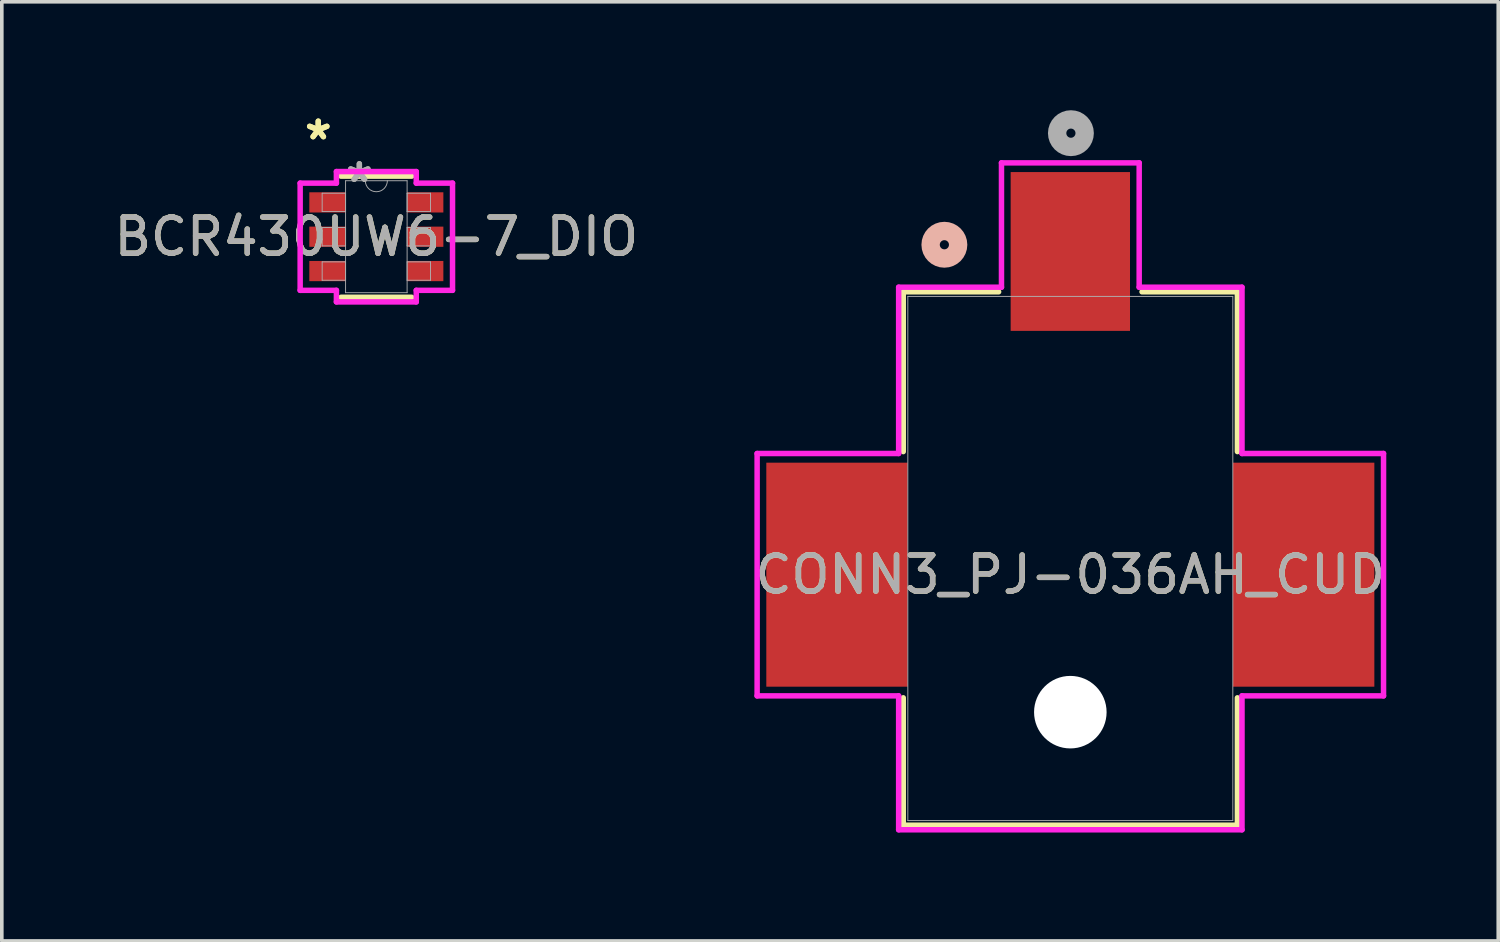
<source format=kicad_pcb>
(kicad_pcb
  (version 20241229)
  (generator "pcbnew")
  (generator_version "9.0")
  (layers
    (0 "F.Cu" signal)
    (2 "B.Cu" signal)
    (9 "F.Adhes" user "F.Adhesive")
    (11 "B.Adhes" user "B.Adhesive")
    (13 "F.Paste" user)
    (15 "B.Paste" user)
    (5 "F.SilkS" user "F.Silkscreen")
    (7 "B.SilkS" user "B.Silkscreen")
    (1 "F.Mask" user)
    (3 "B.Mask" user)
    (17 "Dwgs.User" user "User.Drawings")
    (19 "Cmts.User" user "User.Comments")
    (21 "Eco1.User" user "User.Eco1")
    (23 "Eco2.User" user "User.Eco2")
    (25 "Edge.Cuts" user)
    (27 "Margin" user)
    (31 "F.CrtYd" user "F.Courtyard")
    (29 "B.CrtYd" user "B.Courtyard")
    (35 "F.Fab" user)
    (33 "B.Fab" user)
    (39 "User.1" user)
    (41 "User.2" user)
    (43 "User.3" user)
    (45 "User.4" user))
  (footprint "BCR430UW6-7_DIO"
    (layer "F.Cu")
    (at 7.363 3.5)
    (property "Reference" "BCR430UW6-7_DIO" (at 0 0 0) (unlocked yes) (layer "F.SilkS") (effects (font (size 1 1) (thickness 0.15))))
    (attr smd)
    (fp_line (start -0.978 1.676) (end 0.978 1.676) (stroke (width 0.152) (type solid)) (layer "F.SilkS"))
    (fp_line (start 0.978 -1.676) (end -0.978 -1.676) (stroke (width 0.152) (type solid)) (layer "F.SilkS"))
    (fp_line (start -2.108 -1.483) (end -1.105 -1.483) (stroke (width 0.152) (type solid)) (layer "F.CrtYd"))
    (fp_line (start -2.108 1.483) (end -2.108 -1.483) (stroke (width 0.152) (type solid)) (layer "F.CrtYd"))
    (fp_line (start -2.108 1.483) (end -1.105 1.483) (stroke (width 0.152) (type solid)) (layer "F.CrtYd"))
    (fp_line (start -1.105 -1.803) (end 1.105 -1.803) (stroke (width 0.152) (type solid)) (layer "F.CrtYd"))
    (fp_line (start -1.105 -1.483) (end -1.105 -1.803) (stroke (width 0.152) (type solid)) (layer "F.CrtYd"))
    (fp_line (start -1.105 1.803) (end -1.105 1.483) (stroke (width 0.152) (type solid)) (layer "F.CrtYd"))
    (fp_line (start 1.105 -1.803) (end 1.105 -1.483) (stroke (width 0.152) (type solid)) (layer "F.CrtYd"))
    (fp_line (start 1.105 1.483) (end 1.105 1.803) (stroke (width 0.152) (type solid)) (layer "F.CrtYd"))
    (fp_line (start 1.105 1.803) (end -1.105 1.803) (stroke (width 0.152) (type solid)) (layer "F.CrtYd"))
    (fp_line (start 2.108 -1.483) (end 1.105 -1.483) (stroke (width 0.152) (type solid)) (layer "F.CrtYd"))
    (fp_line (start 2.108 -1.483) (end 2.108 1.483) (stroke (width 0.152) (type solid)) (layer "F.CrtYd"))
    (fp_line (start 2.108 1.483) (end 1.105 1.483) (stroke (width 0.152) (type solid)) (layer "F.CrtYd"))
    (fp_line (start -1.499 -1.204) (end -1.499 -0.696) (stroke (width 0.025) (type solid)) (layer "F.Fab"))
    (fp_line (start -1.499 -0.696) (end -0.851 -0.696) (stroke (width 0.025) (type solid)) (layer "F.Fab"))
    (fp_line (start -1.499 -0.254) (end -1.499 0.254) (stroke (width 0.025) (type solid)) (layer "F.Fab"))
    (fp_line (start -1.499 0.254) (end -0.851 0.254) (stroke (width 0.025) (type solid)) (layer "F.Fab"))
    (fp_line (start -1.499 0.696) (end -1.499 1.204) (stroke (width 0.025) (type solid)) (layer "F.Fab"))
    (fp_line (start -1.499 1.204) (end -0.851 1.204) (stroke (width 0.025) (type solid)) (layer "F.Fab"))
    (fp_line (start -0.851 -1.549) (end -0.851 1.549) (stroke (width 0.025) (type solid)) (layer "F.Fab"))
    (fp_line (start -0.851 -1.204) (end -1.499 -1.204) (stroke (width 0.025) (type solid)) (layer "F.Fab"))
    (fp_line (start -0.851 -0.696) (end -0.851 -1.204) (stroke (width 0.025) (type solid)) (layer "F.Fab"))
    (fp_line (start -0.851 -0.254) (end -1.499 -0.254) (stroke (width 0.025) (type solid)) (layer "F.Fab"))
    (fp_line (start -0.851 0.254) (end -0.851 -0.254) (stroke (width 0.025) (type solid)) (layer "F.Fab"))
    (fp_line (start -0.851 0.696) (end -1.499 0.696) (stroke (width 0.025) (type solid)) (layer "F.Fab"))
    (fp_line (start -0.851 1.204) (end -0.851 0.696) (stroke (width 0.025) (type solid)) (layer "F.Fab"))
    (fp_line (start -0.851 1.549) (end 0.851 1.549) (stroke (width 0.025) (type solid)) (layer "F.Fab"))
    (fp_line (start 0.851 -1.549) (end -0.851 -1.549) (stroke (width 0.025) (type solid)) (layer "F.Fab"))
    (fp_line (start 0.851 -1.204) (end 0.851 -0.696) (stroke (width 0.025) (type solid)) (layer "F.Fab"))
    (fp_line (start 0.851 -0.696) (end 1.499 -0.696) (stroke (width 0.025) (type solid)) (layer "F.Fab"))
    (fp_line (start 0.851 -0.254) (end 0.851 0.254) (stroke (width 0.025) (type solid)) (layer "F.Fab"))
    (fp_line (start 0.851 0.254) (end 1.499 0.254) (stroke (width 0.025) (type solid)) (layer "F.Fab"))
    (fp_line (start 0.851 0.696) (end 0.851 1.204) (stroke (width 0.025) (type solid)) (layer "F.Fab"))
    (fp_line (start 0.851 1.204) (end 1.499 1.204) (stroke (width 0.025) (type solid)) (layer "F.Fab"))
    (fp_line (start 0.851 1.549) (end 0.851 -1.549) (stroke (width 0.025) (type solid)) (layer "F.Fab"))
    (fp_line (start 1.499 -1.204) (end 0.851 -1.204) (stroke (width 0.025) (type solid)) (layer "F.Fab"))
    (fp_line (start 1.499 -0.696) (end 1.499 -1.204) (stroke (width 0.025) (type solid)) (layer "F.Fab"))
    (fp_line (start 1.499 -0.254) (end 0.851 -0.254) (stroke (width 0.025) (type solid)) (layer "F.Fab"))
    (fp_line (start 1.499 0.254) (end 1.499 -0.254) (stroke (width 0.025) (type solid)) (layer "F.Fab"))
    (fp_line (start 1.499 0.696) (end 0.851 0.696) (stroke (width 0.025) (type solid)) (layer "F.Fab"))
    (fp_line (start 1.499 1.204) (end 1.499 0.696) (stroke (width 0.025) (type solid)) (layer "F.Fab"))
    (fp_arc (start 0.3048 -1.5494) (mid 0 -1.2446) (end -0.3048 -1.5494) (stroke (width 0.0254) (type solid)) (layer "F.Fab"))
    (fp_text user "*" (at -1.607 -2.652 0) (unlocked yes) (layer "F.SilkS") (effects (font (size 1 1) (thickness 0.15))))
    (fp_text user "*" (at -1.607 -2.652 0) (layer "F.SilkS") (effects (font (size 1 1) (thickness 0.15))))
    (fp_text user "${REFERENCE}" (at 0 0 0) (unlocked yes) (layer "F.Fab") (effects (font (size 1 1) (thickness 0.15))))
    (fp_text user "*" (at -0.47 -1.473 0) (layer "F.Fab") (effects (font (size 1 1) (thickness 0.15))))
    (fp_text user "*" (at -0.47 -1.473 0) (unlocked yes) (layer "F.Fab") (effects (font (size 1 1) (thickness 0.15))))
    (pad "1" smd rect (at -1.353 -0.95) (size 1.003 0.559) (layers "F.Cu" "F.Mask" "F.Paste"))
    (pad "2" smd rect (at -1.353 0) (size 1.003 0.559) (layers "F.Cu" "F.Mask" "F.Paste"))
    (pad "3" smd rect (at -1.353 0.95) (size 1.003 0.559) (layers "F.Cu" "F.Mask" "F.Paste"))
    (pad "4" smd rect (at 1.353 0.95) (size 1.003 0.559) (layers "F.Cu" "F.Mask" "F.Paste"))
    (pad "5" smd rect (at 1.353 0) (size 1.003 0.559) (layers "F.Cu" "F.Mask" "F.Paste"))
    (pad "6" smd rect (at 1.353 -0.95) (size 1.003 0.559) (layers "F.Cu" "F.Mask" "F.Paste")))
  (footprint "CONN3_PJ-036AH_CUD"
    (layer "F.Cu")
    (at 26.565 12.403)
    (property "Reference" "CONN3_PJ-036AH_CUD" (at 0 0.448 0) (unlocked yes) (layer "F.SilkS") (effects (font (size 1 1) (thickness 0.15))))
    (attr smd)
    (fp_line (start -4.623 -7.379) (end -1.984 -7.379) (stroke (width 0.152) (type solid)) (layer "F.SilkS"))
    (fp_line (start -4.623 -2.958) (end -4.623 -7.379) (stroke (width 0.152) (type solid)) (layer "F.SilkS"))
    (fp_line (start -4.623 7.379) (end -4.623 3.855) (stroke (width 0.152) (type solid)) (layer "F.SilkS"))
    (fp_line (start 1.984 -7.379) (end 4.623 -7.379) (stroke (width 0.152) (type solid)) (layer "F.SilkS"))
    (fp_line (start 4.623 -7.379) (end 4.623 -2.958) (stroke (width 0.152) (type solid)) (layer "F.SilkS"))
    (fp_line (start 4.623 3.855) (end 4.623 7.379) (stroke (width 0.152) (type solid)) (layer "F.SilkS"))
    (fp_line (start 4.623 7.379) (end -4.623 7.379) (stroke (width 0.152) (type solid)) (layer "F.SilkS"))
    (fp_circle (center -3.485 -8.681) (end -3.104 -8.681) (stroke (width 0.508) (type solid)) (fill no) (layer "B.SilkS"))
    (fp_line (start -8.666 -2.905) (end -8.666 3.801) (stroke (width 0.152) (type solid)) (layer "F.CrtYd"))
    (fp_line (start -8.666 3.801) (end -4.75 3.801) (stroke (width 0.152) (type solid)) (layer "F.CrtYd"))
    (fp_line (start -4.75 -7.506) (end -4.75 -2.905) (stroke (width 0.152) (type solid)) (layer "F.CrtYd"))
    (fp_line (start -4.75 -2.905) (end -8.666 -2.905) (stroke (width 0.152) (type solid)) (layer "F.CrtYd"))
    (fp_line (start -4.75 3.801) (end -4.75 7.506) (stroke (width 0.152) (type solid)) (layer "F.CrtYd"))
    (fp_line (start -4.75 7.506) (end 4.75 7.506) (stroke (width 0.152) (type solid)) (layer "F.CrtYd"))
    (fp_line (start -1.905 -10.947) (end -1.905 -7.506) (stroke (width 0.152) (type solid)) (layer "F.CrtYd"))
    (fp_line (start -1.905 -7.506) (end -4.75 -7.506) (stroke (width 0.152) (type solid)) (layer "F.CrtYd"))
    (fp_line (start 1.905 -10.947) (end -1.905 -10.947) (stroke (width 0.152) (type solid)) (layer "F.CrtYd"))
    (fp_line (start 1.905 -7.506) (end 1.905 -10.947) (stroke (width 0.152) (type solid)) (layer "F.CrtYd"))
    (fp_line (start 4.75 -7.506) (end 1.905 -7.506) (stroke (width 0.152) (type solid)) (layer "F.CrtYd"))
    (fp_line (start 4.75 -2.905) (end 4.75 -7.506) (stroke (width 0.152) (type solid)) (layer "F.CrtYd"))
    (fp_line (start 4.75 3.801) (end 8.666 3.801) (stroke (width 0.152) (type solid)) (layer "F.CrtYd"))
    (fp_line (start 4.75 7.506) (end 4.75 3.801) (stroke (width 0.152) (type solid)) (layer "F.CrtYd"))
    (fp_line (start 8.666 -2.905) (end 4.75 -2.905) (stroke (width 0.152) (type solid)) (layer "F.CrtYd"))
    (fp_line (start 8.666 3.801) (end 8.666 -2.905) (stroke (width 0.152) (type solid)) (layer "F.CrtYd"))
    (fp_line (start -4.496 -7.252) (end -4.496 7.252) (stroke (width 0.025) (type solid)) (layer "F.Fab"))
    (fp_line (start -4.496 7.252) (end 4.496 7.252) (stroke (width 0.025) (type solid)) (layer "F.Fab"))
    (fp_line (start 4.496 -7.252) (end -4.496 -7.252) (stroke (width 0.025) (type solid)) (layer "F.Fab"))
    (fp_line (start 4.496 7.252) (end 4.496 -7.252) (stroke (width 0.025) (type solid)) (layer "F.Fab"))
    (fp_circle (center 0.016 -11.768) (end 0.397 -11.768) (stroke (width 0.508) (type solid)) (fill no) (layer "F.Fab"))
    (fp_text user "${REFERENCE}" (at 0 0.448 0) (unlocked yes) (layer "F.Fab") (effects (font (size 1 1) (thickness 0.15))))
    (pad "" np_thru_hole circle (at 0 4.252) (size 2.007 2.007) (drill 2.007) (layers "*.Cu" "*.Mask"))
    (pad "1" smd rect (at 0 -8.495) (size 3.302 4.394) (layers "F.Cu" "F.Mask" "F.Paste"))
    (pad "2" smd rect (at -6.456 0.448) (size 3.912 6.198) (layers "F.Cu" "F.Mask" "F.Paste"))
    (pad "3" smd rect (at 6.456 0.448) (size 3.912 6.198) (layers "F.Cu" "F.Mask" "F.Paste")))
  (gr_rect
    (start -3 -3)
    (end 38.405 22.985)
    (stroke (width 0.1) (type default))
    (fill no)
    (layer "Edge.Cuts")))
</source>
